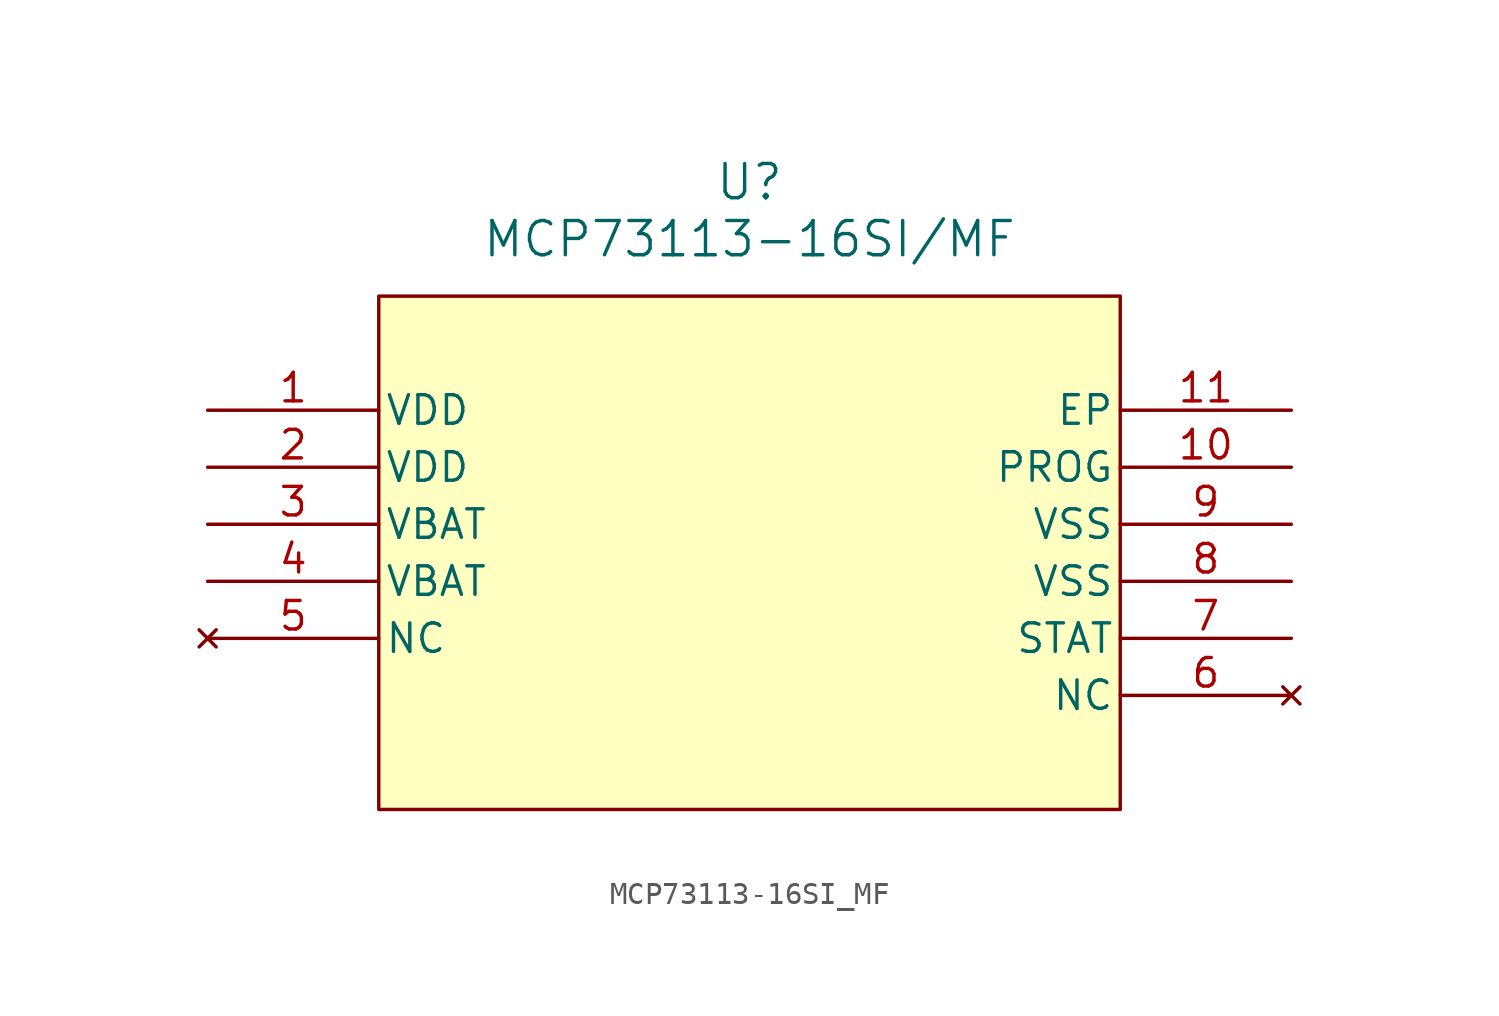
<source format=kicad_sym>
(kicad_symbol_lib
  (version 20220914)
  (generator kicad_symbol_editor)
  (symbol "MCP73113-16SI_MF"
    (pin_names
      (offset 0.254))
    (property "Reference" "U"
      (at 30.48 10.16 0)
      (effects (font (size 1.524 1.524))))
    (property "Value" "MCP73113-16SI/MF"
      (at 30.48 7.62 0)
      (effects (font (size 1.524 1.524))))
    (property "ki_locked" ""
      (at 0 0 0)
      (effects (font (size 1.27 1.27))))
    (symbol "MCP73113-16SI_MF_0_1"
      (pin power_in line (at 6.35 0 0) (length 7.62) (name "VDD" (effects (font (size 1.27 1.27)))) (number "1" (effects (font (size 1.27 1.27)))))
      (pin unspecified line (at 54.61 -2.54 180) (length 7.62) (name "PROG" (effects (font (size 1.27 1.27)))) (number "10" (effects (font (size 1.27 1.27)))))
      (pin unspecified line (at 54.61 0 180) (length 7.62) (name "EP" (effects (font (size 1.27 1.27)))) (number "11" (effects (font (size 1.27 1.27)))))
      (pin power_in line (at 6.35 -2.54 0) (length 7.62) (name "VDD" (effects (font (size 1.27 1.27)))) (number "2" (effects (font (size 1.27 1.27)))))
      (pin power_in line (at 6.35 -5.08 0) (length 7.62) (name "VBAT" (effects (font (size 1.27 1.27)))) (number "3" (effects (font (size 1.27 1.27)))))
      (pin power_in line (at 6.35 -7.62 0) (length 7.62) (name "VBAT" (effects (font (size 1.27 1.27)))) (number "4" (effects (font (size 1.27 1.27)))))
      (pin no_connect line (at 6.35 -10.16 0) (length 7.62) (name "NC" (effects (font (size 1.27 1.27)))) (number "5" (effects (font (size 1.27 1.27)))))
      (pin no_connect line (at 54.61 -12.7 180) (length 7.62) (name "NC" (effects (font (size 1.27 1.27)))) (number "6" (effects (font (size 1.27 1.27)))))
      (pin output line (at 54.61 -10.16 180) (length 7.62) (name "STAT" (effects (font (size 1.27 1.27)))) (number "7" (effects (font (size 1.27 1.27)))))
      (pin power_in line (at 54.61 -7.62 180) (length 7.62) (name "VSS" (effects (font (size 1.27 1.27)))) (number "8" (effects (font (size 1.27 1.27)))))
      (pin power_in line (at 54.61 -5.08 180) (length 7.62) (name "VSS" (effects (font (size 1.27 1.27)))) (number "9" (effects (font (size 1.27 1.27))))))
    (symbol "MCP73113-16SI_MF_1_1"
      (rectangle (start 13.97 5.08) (end 46.99 -17.78) (stroke (width 0) (type default)) (fill (type background))))))
</source>
